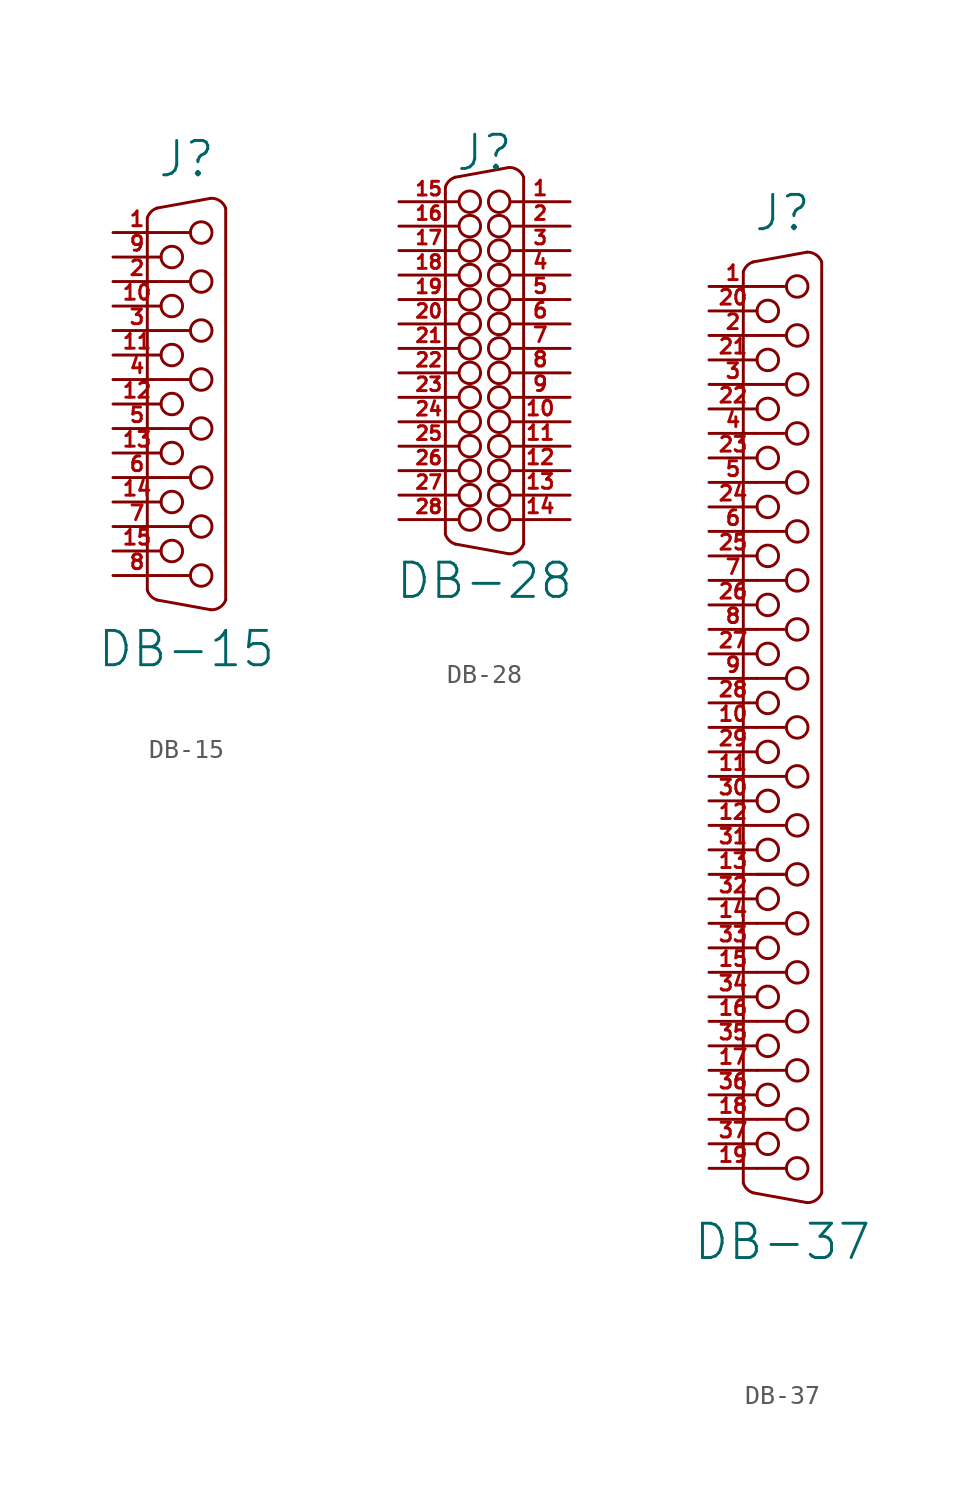
<source format=kicad_sym>
(kicad_symbol_lib
  (version 20201005)
  (generator kicad_symbol_editor)
  (symbol "DB-15"
    (pin_names
      (offset 1.016) hide)
    (property "Reference" "J"
      (at 0 12.7 0)
      (effects (font (size 1.778 1.778))))
    (property "Value" "DB-15"
      (at 0 -12.7 0)
      (effects (font (size 1.778 1.778))))
    (property "Footprint" ""
      (at 0 0 0)
      (effects (font (size 1.524 1.524))))
    (property "Datasheet" ""
      (at 0 0 0)
      (effects (font (size 1.524 1.524))))
    (symbol "DB-15_0_1"
      (arc (start -2.032 -9.652) (end -1.524 -10.16) (radius (at -1.27 -9.398) (length 0.7874) (angles -161.5 -108.4)) (stroke (width 0)) (fill (type none)))
      (arc (start -2.032 9.652) (end -1.524 10.16) (radius (at -1.27 9.398) (length 0.7874) (angles 161.5 108.4)) (stroke (width 0)) (fill (type none)))
      (arc (start 1.27 -10.668) (end 2.032 -10.16) (radius (at 1.2954 -9.8806) (length 0.7874) (angles -91.8 -20.7)) (stroke (width 0)) (fill (type none)))
      (arc (start 2.032 10.16) (end 1.27 10.668) (radius (at 1.2954 9.8806) (length 0.7874) (angles 20.7 91.8)) (stroke (width 0)) (fill (type none)))
      (circle (center -0.762 -7.62) (radius 0.559) (stroke (width 0)) (fill (type none)))
      (circle (center -0.762 -5.08) (radius 0.559) (stroke (width 0)) (fill (type none)))
      (circle (center -0.762 -2.54) (radius 0.559) (stroke (width 0)) (fill (type none)))
      (circle (center -0.762 0) (radius 0.559) (stroke (width 0)) (fill (type none)))
      (circle (center -0.762 2.54) (radius 0.559) (stroke (width 0)) (fill (type none)))
      (circle (center -0.762 5.08) (radius 0.559) (stroke (width 0)) (fill (type none)))
      (circle (center -0.762 7.62) (radius 0.559) (stroke (width 0)) (fill (type none)))
      (circle (center 0.762 -8.89) (radius 0.559) (stroke (width 0)) (fill (type none)))
      (circle (center 0.762 -6.35) (radius 0.559) (stroke (width 0)) (fill (type none)))
      (circle (center 0.762 -3.81) (radius 0.559) (stroke (width 0)) (fill (type none)))
      (circle (center 0.762 -1.27) (radius 0.559) (stroke (width 0)) (fill (type none)))
      (circle (center 0.762 1.27) (radius 0.559) (stroke (width 0)) (fill (type none)))
      (circle (center 0.762 3.81) (radius 0.559) (stroke (width 0)) (fill (type none)))
      (circle (center 0.762 6.35) (radius 0.559) (stroke (width 0)) (fill (type none)))
      (circle (center 0.762 8.89) (radius 0.559) (stroke (width 0)) (fill (type none)))
      (polyline (pts (xy -1.321 -8.89) (xy 0.203 -8.89)) (stroke (width 0)) (fill (type none)))
      (polyline (pts (xy -1.321 -6.35) (xy 0.203 -6.35)) (stroke (width 0)) (fill (type none)))
      (polyline (pts (xy -1.321 -3.81) (xy 0.203 -3.81)) (stroke (width 0)) (fill (type none)))
      (polyline (pts (xy -1.321 -1.27) (xy 0.203 -1.27)) (stroke (width 0)) (fill (type none)))
      (polyline (pts (xy -1.321 1.27) (xy 0.203 1.27)) (stroke (width 0)) (fill (type none)))
      (polyline (pts (xy -1.321 3.81) (xy 0.203 3.81)) (stroke (width 0)) (fill (type none)))
      (polyline (pts (xy -1.321 6.35) (xy 0.203 6.35)) (stroke (width 0)) (fill (type none)))
      (polyline (pts (xy -1.321 8.89) (xy 0.203 8.89)) (stroke (width 0)) (fill (type none)))
      (polyline (pts (xy -2.032 9.652) (xy -2.032 -9.652) (xy -2.032 -9.652)) (stroke (width 0)) (fill (type none)))
      (polyline (pts (xy -1.524 -10.16) (xy 1.27 -10.668) (xy 1.27 -10.668)) (stroke (width 0)) (fill (type none)))
      (polyline (pts (xy -1.524 10.16) (xy 1.27 10.668) (xy 1.27 10.668)) (stroke (width 0)) (fill (type none)))
      (polyline (pts (xy 2.032 -10.16) (xy 2.032 10.16) (xy 2.032 10.16)) (stroke (width 0)) (fill (type none))))
    (symbol "DB-15_1_1"
      (pin passive line (at -3.81 8.89 0) (length 2.489) (name "~" (effects (font (size 0.762 0.762)))) (number "1" (effects (font (size 0.762 0.762)))))
      (pin passive line (at -3.81 5.08 0) (length 2.489) (name "~" (effects (font (size 0.762 0.762)))) (number "10" (effects (font (size 0.762 0.762)))))
      (pin passive line (at -3.81 2.54 0) (length 2.489) (name "~" (effects (font (size 0.762 0.762)))) (number "11" (effects (font (size 0.762 0.762)))))
      (pin passive line (at -3.81 0 0) (length 2.489) (name "~" (effects (font (size 0.762 0.762)))) (number "12" (effects (font (size 0.762 0.762)))))
      (pin passive line (at -3.81 -2.54 0) (length 2.489) (name "~" (effects (font (size 0.762 0.762)))) (number "13" (effects (font (size 0.762 0.762)))))
      (pin passive line (at -3.81 -5.08 0) (length 2.489) (name "~" (effects (font (size 0.762 0.762)))) (number "14" (effects (font (size 0.762 0.762)))))
      (pin passive line (at -3.81 -7.62 0) (length 2.489) (name "~" (effects (font (size 0.762 0.762)))) (number "15" (effects (font (size 0.762 0.762)))))
      (pin passive line (at -3.81 6.35 0) (length 2.489) (name "~" (effects (font (size 0.762 0.762)))) (number "2" (effects (font (size 0.762 0.762)))))
      (pin passive line (at -3.81 3.81 0) (length 2.489) (name "~" (effects (font (size 0.762 0.762)))) (number "3" (effects (font (size 0.762 0.762)))))
      (pin passive line (at -3.81 1.27 0) (length 2.489) (name "~" (effects (font (size 0.762 0.762)))) (number "4" (effects (font (size 0.762 0.762)))))
      (pin passive line (at -3.81 -1.27 0) (length 2.489) (name "~" (effects (font (size 0.762 0.762)))) (number "5" (effects (font (size 0.762 0.762)))))
      (pin passive line (at -3.81 -3.81 0) (length 2.489) (name "~" (effects (font (size 0.762 0.762)))) (number "6" (effects (font (size 0.762 0.762)))))
      (pin passive line (at -3.81 -6.35 0) (length 2.489) (name "~" (effects (font (size 0.762 0.762)))) (number "7" (effects (font (size 0.762 0.762)))))
      (pin passive line (at -3.81 -8.89 0) (length 2.489) (name "~" (effects (font (size 0.762 0.762)))) (number "8" (effects (font (size 0.762 0.762)))))
      (pin passive line (at -3.81 7.62 0) (length 2.489) (name "~" (effects (font (size 0.762 0.762)))) (number "9" (effects (font (size 0.762 0.762)))))))
  (symbol "DB-28"
    (pin_names
      (offset 1.016) hide)
    (property "Reference" "J"
      (at 0 10.795 0)
      (effects (font (size 1.778 1.778))))
    (property "Value" "DB-28"
      (at 0 -11.43 0)
      (effects (font (size 1.778 1.778))))
    (property "Footprint" ""
      (at 0 0 0)
      (effects (font (size 1.524 1.524))))
    (property "Datasheet" ""
      (at 0 0 0)
      (effects (font (size 1.524 1.524))))
    (symbol "DB-28_0_1"
      (arc (start -2.032 -9.017) (end -1.524 -9.525) (radius (at -1.27 -8.763) (length 0.7874) (angles -161.5 -108.4)) (stroke (width 0)) (fill (type none)))
      (arc (start -2.032 9.017) (end -1.524 9.525) (radius (at -1.27 8.763) (length 0.7874) (angles 161.5 108.4)) (stroke (width 0)) (fill (type none)))
      (arc (start 1.27 -10.033) (end 2.032 -9.525) (radius (at 1.2954 -9.2456) (length 0.7874) (angles -91.8 -20.7)) (stroke (width 0)) (fill (type none)))
      (arc (start 2.032 9.525) (end 1.27 10.033) (radius (at 1.2954 9.2456) (length 0.7874) (angles 20.7 91.8)) (stroke (width 0)) (fill (type none)))
      (circle (center -0.762 -8.255) (radius 0.559) (stroke (width 0)) (fill (type none)))
      (circle (center -0.762 -6.985) (radius 0.559) (stroke (width 0)) (fill (type none)))
      (circle (center -0.762 -5.715) (radius 0.559) (stroke (width 0)) (fill (type none)))
      (circle (center -0.762 -4.445) (radius 0.559) (stroke (width 0)) (fill (type none)))
      (circle (center -0.762 -3.175) (radius 0.559) (stroke (width 0)) (fill (type none)))
      (circle (center -0.762 -1.905) (radius 0.559) (stroke (width 0)) (fill (type none)))
      (circle (center -0.762 -0.635) (radius 0.559) (stroke (width 0)) (fill (type none)))
      (circle (center -0.762 0.635) (radius 0.559) (stroke (width 0)) (fill (type none)))
      (circle (center -0.762 1.905) (radius 0.559) (stroke (width 0)) (fill (type none)))
      (circle (center -0.762 3.175) (radius 0.559) (stroke (width 0)) (fill (type none)))
      (circle (center -0.762 4.445) (radius 0.559) (stroke (width 0)) (fill (type none)))
      (circle (center -0.762 5.715) (radius 0.559) (stroke (width 0)) (fill (type none)))
      (circle (center -0.762 6.985) (radius 0.559) (stroke (width 0)) (fill (type none)))
      (circle (center -0.762 8.255) (radius 0.559) (stroke (width 0)) (fill (type none)))
      (circle (center 0.762 -8.255) (radius 0.559) (stroke (width 0)) (fill (type none)))
      (circle (center 0.762 -6.985) (radius 0.559) (stroke (width 0)) (fill (type none)))
      (circle (center 0.762 -5.715) (radius 0.559) (stroke (width 0)) (fill (type none)))
      (circle (center 0.762 -4.445) (radius 0.559) (stroke (width 0)) (fill (type none)))
      (circle (center 0.762 -3.175) (radius 0.559) (stroke (width 0)) (fill (type none)))
      (circle (center 0.762 -1.905) (radius 0.559) (stroke (width 0)) (fill (type none)))
      (circle (center 0.762 -0.635) (radius 0.559) (stroke (width 0)) (fill (type none)))
      (circle (center 0.762 0.635) (radius 0.559) (stroke (width 0)) (fill (type none)))
      (circle (center 0.762 1.905) (radius 0.559) (stroke (width 0)) (fill (type none)))
      (circle (center 0.762 3.175) (radius 0.559) (stroke (width 0)) (fill (type none)))
      (circle (center 0.762 4.445) (radius 0.559) (stroke (width 0)) (fill (type none)))
      (circle (center 0.762 5.715) (radius 0.559) (stroke (width 0)) (fill (type none)))
      (circle (center 0.762 6.985) (radius 0.559) (stroke (width 0)) (fill (type none)))
      (circle (center 0.762 8.255) (radius 0.559) (stroke (width 0)) (fill (type none)))
      (polyline (pts (xy -2.032 9.017) (xy -2.032 -8.992)) (stroke (width 0)) (fill (type none)))
      (polyline (pts (xy 2.032 -9.525) (xy 2.032 9.525)) (stroke (width 0)) (fill (type none)))
      (polyline (pts (xy -1.524 -9.525) (xy 1.27 -10.033) (xy 1.27 -10.033)) (stroke (width 0)) (fill (type none)))
      (polyline (pts (xy -1.524 9.525) (xy 1.27 10.033) (xy 1.27 10.033)) (stroke (width 0)) (fill (type none))))
    (symbol "DB-28_1_1"
      (pin passive line (at 4.445 8.255 180) (length 3.099) (name "~" (effects (font (size 0.762 0.762)))) (number "1" (effects (font (size 0.762 0.762)))))
      (pin passive line (at 4.445 -3.175 180) (length 3.099) (name "~" (effects (font (size 0.762 0.762)))) (number "10" (effects (font (size 0.762 0.762)))))
      (pin passive line (at 4.445 -4.445 180) (length 3.099) (name "~" (effects (font (size 0.762 0.762)))) (number "11" (effects (font (size 0.762 0.762)))))
      (pin passive line (at 4.445 -5.715 180) (length 3.099) (name "~" (effects (font (size 0.762 0.762)))) (number "12" (effects (font (size 0.762 0.762)))))
      (pin passive line (at 4.445 -6.985 180) (length 3.099) (name "~" (effects (font (size 0.762 0.762)))) (number "13" (effects (font (size 0.762 0.762)))))
      (pin passive line (at 4.445 -8.255 180) (length 3.099) (name "~" (effects (font (size 0.762 0.762)))) (number "14" (effects (font (size 0.762 0.762)))))
      (pin passive line (at -4.445 8.255 0) (length 3.099) (name "~" (effects (font (size 0.711 0.711)))) (number "15" (effects (font (size 0.711 0.711)))))
      (pin passive line (at -4.445 6.985 0) (length 3.099) (name "~" (effects (font (size 0.711 0.711)))) (number "16" (effects (font (size 0.711 0.711)))))
      (pin passive line (at -4.445 5.715 0) (length 3.099) (name "~" (effects (font (size 0.711 0.711)))) (number "17" (effects (font (size 0.711 0.711)))))
      (pin passive line (at -4.445 4.445 0) (length 3.099) (name "~" (effects (font (size 0.711 0.711)))) (number "18" (effects (font (size 0.711 0.711)))))
      (pin passive line (at -4.445 3.175 0) (length 3.099) (name "~" (effects (font (size 0.711 0.711)))) (number "19" (effects (font (size 0.711 0.711)))))
      (pin passive line (at 4.445 6.985 180) (length 3.099) (name "~" (effects (font (size 0.711 0.711)))) (number "2" (effects (font (size 0.711 0.711)))))
      (pin passive line (at -4.445 1.905 0) (length 3.099) (name "~" (effects (font (size 0.711 0.711)))) (number "20" (effects (font (size 0.711 0.711)))))
      (pin passive line (at -4.445 0.635 0) (length 3.099) (name "~" (effects (font (size 0.711 0.711)))) (number "21" (effects (font (size 0.711 0.711)))))
      (pin passive line (at -4.445 -0.635 0) (length 3.099) (name "~" (effects (font (size 0.711 0.711)))) (number "22" (effects (font (size 0.711 0.711)))))
      (pin passive line (at -4.445 -1.905 0) (length 3.099) (name "~" (effects (font (size 0.711 0.711)))) (number "23" (effects (font (size 0.711 0.711)))))
      (pin passive line (at -4.445 -3.175 0) (length 3.099) (name "~" (effects (font (size 0.711 0.711)))) (number "24" (effects (font (size 0.711 0.711)))))
      (pin passive line (at -4.445 -4.445 0) (length 3.099) (name "~" (effects (font (size 0.711 0.711)))) (number "25" (effects (font (size 0.711 0.711)))))
      (pin passive line (at -4.445 -5.715 0) (length 3.099) (name "~" (effects (font (size 0.711 0.711)))) (number "26" (effects (font (size 0.711 0.711)))))
      (pin passive line (at -4.445 -6.985 0) (length 3.099) (name "~" (effects (font (size 0.711 0.711)))) (number "27" (effects (font (size 0.711 0.711)))))
      (pin passive line (at -4.445 -8.255 0) (length 3.099) (name "~" (effects (font (size 0.711 0.711)))) (number "28" (effects (font (size 0.711 0.711)))))
      (pin passive line (at 4.445 5.715 180) (length 3.099) (name "~" (effects (font (size 0.711 0.711)))) (number "3" (effects (font (size 0.711 0.711)))))
      (pin passive line (at 4.445 4.445 180) (length 3.099) (name "~" (effects (font (size 0.762 0.762)))) (number "4" (effects (font (size 0.762 0.762)))))
      (pin passive line (at 4.445 3.175 180) (length 3.099) (name "~" (effects (font (size 0.762 0.762)))) (number "5" (effects (font (size 0.762 0.762)))))
      (pin passive line (at 4.445 1.905 180) (length 3.099) (name "~" (effects (font (size 0.762 0.762)))) (number "6" (effects (font (size 0.762 0.762)))))
      (pin passive line (at 4.445 0.635 180) (length 3.099) (name "~" (effects (font (size 0.762 0.762)))) (number "7" (effects (font (size 0.762 0.762)))))
      (pin passive line (at 4.445 -0.635 180) (length 3.099) (name "~" (effects (font (size 0.762 0.762)))) (number "8" (effects (font (size 0.762 0.762)))))
      (pin passive line (at 4.445 -1.905 180) (length 3.099) (name "~" (effects (font (size 0.762 0.762)))) (number "9" (effects (font (size 0.762 0.762)))))))
  (symbol "DB-37"
    (pin_names
      (offset 1.016) hide)
    (property "Reference" "J"
      (at 0 26.67 0)
      (effects (font (size 1.778 1.778))))
    (property "Value" "DB-37"
      (at 0 -26.67 0)
      (effects (font (size 1.778 1.778))))
    (property "Footprint" ""
      (at 0 7.62 0)
      (effects (font (size 1.524 1.524))))
    (property "Datasheet" ""
      (at 0 7.62 0)
      (effects (font (size 1.524 1.524))))
    (symbol "DB-37_0_1"
      (arc (start -2.032 -23.622) (end -1.524 -24.13) (radius (at -1.27 -23.368) (length 0.7874) (angles -161.5 -108.4)) (stroke (width 0)) (fill (type none)))
      (arc (start -2.032 23.622) (end -1.524 24.13) (radius (at -1.27 23.368) (length 0.7874) (angles 161.5 108.4)) (stroke (width 0)) (fill (type none)))
      (arc (start 1.27 -24.638) (end 2.032 -24.13) (radius (at 1.2954 -23.8506) (length 0.7874) (angles -91.8 -20.7)) (stroke (width 0)) (fill (type none)))
      (arc (start 2.032 24.13) (end 1.27 24.638) (radius (at 1.2954 23.8506) (length 0.7874) (angles 20.7 91.8)) (stroke (width 0)) (fill (type none)))
      (circle (center -0.762 -21.59) (radius 0.559) (stroke (width 0)) (fill (type none)))
      (circle (center -0.762 -19.05) (radius 0.559) (stroke (width 0)) (fill (type none)))
      (circle (center -0.762 -16.51) (radius 0.559) (stroke (width 0)) (fill (type none)))
      (circle (center -0.762 -13.97) (radius 0.559) (stroke (width 0)) (fill (type none)))
      (circle (center -0.762 -11.43) (radius 0.559) (stroke (width 0)) (fill (type none)))
      (circle (center -0.762 -8.89) (radius 0.559) (stroke (width 0)) (fill (type none)))
      (circle (center -0.762 -6.35) (radius 0.559) (stroke (width 0)) (fill (type none)))
      (circle (center -0.762 -3.81) (radius 0.559) (stroke (width 0)) (fill (type none)))
      (circle (center -0.762 -1.27) (radius 0.559) (stroke (width 0)) (fill (type none)))
      (circle (center -0.762 1.27) (radius 0.559) (stroke (width 0)) (fill (type none)))
      (circle (center -0.762 3.81) (radius 0.559) (stroke (width 0)) (fill (type none)))
      (circle (center -0.762 6.35) (radius 0.559) (stroke (width 0)) (fill (type none)))
      (circle (center -0.762 8.89) (radius 0.559) (stroke (width 0)) (fill (type none)))
      (circle (center -0.762 11.43) (radius 0.559) (stroke (width 0)) (fill (type none)))
      (circle (center -0.762 13.97) (radius 0.559) (stroke (width 0)) (fill (type none)))
      (circle (center -0.762 16.51) (radius 0.559) (stroke (width 0)) (fill (type none)))
      (circle (center -0.762 19.05) (radius 0.559) (stroke (width 0)) (fill (type none)))
      (circle (center -0.762 21.59) (radius 0.559) (stroke (width 0)) (fill (type none)))
      (circle (center 0.762 -22.86) (radius 0.559) (stroke (width 0)) (fill (type none)))
      (circle (center 0.762 -20.32) (radius 0.559) (stroke (width 0)) (fill (type none)))
      (circle (center 0.762 -17.78) (radius 0.559) (stroke (width 0)) (fill (type none)))
      (circle (center 0.762 -15.24) (radius 0.559) (stroke (width 0)) (fill (type none)))
      (circle (center 0.762 -12.7) (radius 0.559) (stroke (width 0)) (fill (type none)))
      (circle (center 0.762 -10.16) (radius 0.559) (stroke (width 0)) (fill (type none)))
      (circle (center 0.762 -7.62) (radius 0.559) (stroke (width 0)) (fill (type none)))
      (circle (center 0.762 -5.08) (radius 0.559) (stroke (width 0)) (fill (type none)))
      (circle (center 0.762 -2.54) (radius 0.559) (stroke (width 0)) (fill (type none)))
      (circle (center 0.762 0) (radius 0.559) (stroke (width 0)) (fill (type none)))
      (circle (center 0.762 2.54) (radius 0.559) (stroke (width 0)) (fill (type none)))
      (circle (center 0.762 5.08) (radius 0.559) (stroke (width 0)) (fill (type none)))
      (circle (center 0.762 7.62) (radius 0.559) (stroke (width 0)) (fill (type none)))
      (circle (center 0.762 10.16) (radius 0.559) (stroke (width 0)) (fill (type none)))
      (circle (center 0.762 12.7) (radius 0.559) (stroke (width 0)) (fill (type none)))
      (circle (center 0.762 15.24) (radius 0.559) (stroke (width 0)) (fill (type none)))
      (circle (center 0.762 17.78) (radius 0.559) (stroke (width 0)) (fill (type none)))
      (circle (center 0.762 20.32) (radius 0.559) (stroke (width 0)) (fill (type none)))
      (circle (center 0.762 22.86) (radius 0.559) (stroke (width 0)) (fill (type none)))
      (polyline (pts (xy -2.032 23.622) (xy -2.032 -23.622)) (stroke (width 0)) (fill (type none)))
      (polyline (pts (xy -1.321 -22.86) (xy 0.203 -22.86)) (stroke (width 0)) (fill (type none)))
      (polyline (pts (xy -1.321 -20.32) (xy 0.203 -20.32)) (stroke (width 0)) (fill (type none)))
      (polyline (pts (xy -1.321 -17.78) (xy 0.203 -17.78)) (stroke (width 0)) (fill (type none)))
      (polyline (pts (xy -1.321 -15.24) (xy 0.203 -15.24)) (stroke (width 0)) (fill (type none)))
      (polyline (pts (xy -1.321 -12.7) (xy 0.203 -12.7)) (stroke (width 0)) (fill (type none)))
      (polyline (pts (xy -1.321 -10.16) (xy 0.203 -10.16)) (stroke (width 0)) (fill (type none)))
      (polyline (pts (xy -1.321 -7.62) (xy 0.203 -7.62)) (stroke (width 0)) (fill (type none)))
      (polyline (pts (xy -1.321 -7.62) (xy 0.203 -7.62)) (stroke (width 0)) (fill (type none)))
      (polyline (pts (xy -1.321 -5.08) (xy 0.203 -5.08)) (stroke (width 0)) (fill (type none)))
      (polyline (pts (xy -1.321 -2.54) (xy 0.203 -2.54)) (stroke (width 0)) (fill (type none)))
      (polyline (pts (xy -1.321 0) (xy 0.203 0)) (stroke (width 0)) (fill (type none)))
      (polyline (pts (xy -1.321 2.54) (xy 0.203 2.54)) (stroke (width 0)) (fill (type none)))
      (polyline (pts (xy -1.321 5.08) (xy 0.203 5.08)) (stroke (width 0)) (fill (type none)))
      (polyline (pts (xy -1.321 7.62) (xy 0.203 7.62)) (stroke (width 0)) (fill (type none)))
      (polyline (pts (xy -1.321 10.16) (xy 0.203 10.16)) (stroke (width 0)) (fill (type none)))
      (polyline (pts (xy -1.321 12.7) (xy 0.203 12.7)) (stroke (width 0)) (fill (type none)))
      (polyline (pts (xy -1.321 15.24) (xy 0.203 15.24)) (stroke (width 0)) (fill (type none)))
      (polyline (pts (xy -1.321 17.78) (xy 0.203 17.78)) (stroke (width 0)) (fill (type none)))
      (polyline (pts (xy -1.321 20.32) (xy 0.203 20.32)) (stroke (width 0)) (fill (type none)))
      (polyline (pts (xy -1.321 22.86) (xy 0.203 22.86)) (stroke (width 0)) (fill (type none)))
      (polyline (pts (xy 2.032 24.13) (xy 2.032 -24.13)) (stroke (width 0)) (fill (type none)))
      (polyline (pts (xy -1.524 -24.13) (xy 1.27 -24.638) (xy 1.27 -24.638)) (stroke (width 0)) (fill (type none)))
      (polyline (pts (xy -1.524 24.13) (xy 1.27 24.638) (xy 1.27 24.638)) (stroke (width 0)) (fill (type none))))
    (symbol "DB-37_1_1"
      (pin passive line (at -3.81 22.86 0) (length 2.489) (name "~" (effects (font (size 0.762 0.762)))) (number "1" (effects (font (size 0.762 0.762)))))
      (pin passive line (at -3.81 0 0) (length 2.489) (name "~" (effects (font (size 0.762 0.762)))) (number "10" (effects (font (size 0.762 0.762)))))
      (pin passive line (at -3.81 -2.54 0) (length 2.489) (name "~" (effects (font (size 0.762 0.762)))) (number "11" (effects (font (size 0.762 0.762)))))
      (pin passive line (at -3.81 -5.08 0) (length 2.489) (name "~" (effects (font (size 0.762 0.762)))) (number "12" (effects (font (size 0.762 0.762)))))
      (pin passive line (at -3.81 -7.62 0) (length 2.489) (name "~" (effects (font (size 0.762 0.762)))) (number "13" (effects (font (size 0.762 0.762)))))
      (pin passive line (at -3.81 -10.16 0) (length 2.489) (name "~" (effects (font (size 0.762 0.762)))) (number "14" (effects (font (size 0.762 0.762)))))
      (pin passive line (at -3.81 -12.7 0) (length 2.489) (name "~" (effects (font (size 0.762 0.762)))) (number "15" (effects (font (size 0.762 0.762)))))
      (pin passive line (at -3.81 -15.24 0) (length 2.489) (name "~" (effects (font (size 0.762 0.762)))) (number "16" (effects (font (size 0.762 0.762)))))
      (pin passive line (at -3.81 -17.78 0) (length 2.489) (name "~" (effects (font (size 0.762 0.762)))) (number "17" (effects (font (size 0.762 0.762)))))
      (pin passive line (at -3.81 -20.32 0) (length 2.489) (name "~" (effects (font (size 0.762 0.762)))) (number "18" (effects (font (size 0.762 0.762)))))
      (pin passive line (at -3.81 -22.86 0) (length 2.489) (name "~" (effects (font (size 0.762 0.762)))) (number "19" (effects (font (size 0.762 0.762)))))
      (pin passive line (at -3.81 20.32 0) (length 2.489) (name "~" (effects (font (size 0.762 0.762)))) (number "2" (effects (font (size 0.762 0.762)))))
      (pin passive line (at -3.81 21.59 0) (length 2.489) (name "~" (effects (font (size 0.762 0.762)))) (number "20" (effects (font (size 0.762 0.762)))))
      (pin passive line (at -3.81 19.05 0) (length 2.489) (name "~" (effects (font (size 0.762 0.762)))) (number "21" (effects (font (size 0.762 0.762)))))
      (pin passive line (at -3.81 16.51 0) (length 2.489) (name "~" (effects (font (size 0.762 0.762)))) (number "22" (effects (font (size 0.762 0.762)))))
      (pin passive line (at -3.81 13.97 0) (length 2.489) (name "~" (effects (font (size 0.762 0.762)))) (number "23" (effects (font (size 0.762 0.762)))))
      (pin passive line (at -3.81 11.43 0) (length 2.489) (name "~" (effects (font (size 0.762 0.762)))) (number "24" (effects (font (size 0.762 0.762)))))
      (pin passive line (at -3.81 8.89 0) (length 2.489) (name "~" (effects (font (size 0.762 0.762)))) (number "25" (effects (font (size 0.762 0.762)))))
      (pin passive line (at -3.81 6.35 0) (length 2.489) (name "~" (effects (font (size 0.762 0.762)))) (number "26" (effects (font (size 0.762 0.762)))))
      (pin passive line (at -3.81 3.81 0) (length 2.489) (name "~" (effects (font (size 0.762 0.762)))) (number "27" (effects (font (size 0.762 0.762)))))
      (pin passive line (at -3.81 1.27 0) (length 2.489) (name "~" (effects (font (size 0.762 0.762)))) (number "28" (effects (font (size 0.762 0.762)))))
      (pin passive line (at -3.81 -1.27 0) (length 2.489) (name "~" (effects (font (size 0.762 0.762)))) (number "29" (effects (font (size 0.762 0.762)))))
      (pin passive line (at -3.81 17.78 0) (length 2.489) (name "~" (effects (font (size 0.762 0.762)))) (number "3" (effects (font (size 0.762 0.762)))))
      (pin passive line (at -3.81 -3.81 0) (length 2.489) (name "~" (effects (font (size 0.762 0.762)))) (number "30" (effects (font (size 0.762 0.762)))))
      (pin passive line (at -3.81 -6.35 0) (length 2.489) (name "~" (effects (font (size 0.762 0.762)))) (number "31" (effects (font (size 0.762 0.762)))))
      (pin passive line (at -3.81 -8.89 0) (length 2.489) (name "~" (effects (font (size 0.762 0.762)))) (number "32" (effects (font (size 0.762 0.762)))))
      (pin passive line (at -3.81 -11.43 0) (length 2.489) (name "~" (effects (font (size 0.762 0.762)))) (number "33" (effects (font (size 0.762 0.762)))))
      (pin passive line (at -3.81 -13.97 0) (length 2.489) (name "~" (effects (font (size 0.762 0.762)))) (number "34" (effects (font (size 0.762 0.762)))))
      (pin passive line (at -3.81 -16.51 0) (length 2.489) (name "~" (effects (font (size 0.762 0.762)))) (number "35" (effects (font (size 0.762 0.762)))))
      (pin passive line (at -3.81 -19.05 0) (length 2.489) (name "~" (effects (font (size 0.762 0.762)))) (number "36" (effects (font (size 0.762 0.762)))))
      (pin passive line (at -3.81 -21.59 0) (length 2.489) (name "~" (effects (font (size 0.762 0.762)))) (number "37" (effects (font (size 0.762 0.762)))))
      (pin passive line (at -3.81 15.24 0) (length 2.489) (name "~" (effects (font (size 0.762 0.762)))) (number "4" (effects (font (size 0.762 0.762)))))
      (pin passive line (at -3.81 12.7 0) (length 2.489) (name "~" (effects (font (size 0.762 0.762)))) (number "5" (effects (font (size 0.762 0.762)))))
      (pin passive line (at -3.81 10.16 0) (length 2.489) (name "~" (effects (font (size 0.762 0.762)))) (number "6" (effects (font (size 0.762 0.762)))))
      (pin passive line (at -3.81 7.62 0) (length 2.489) (name "~" (effects (font (size 0.762 0.762)))) (number "7" (effects (font (size 0.762 0.762)))))
      (pin passive line (at -3.81 5.08 0) (length 2.489) (name "~" (effects (font (size 0.762 0.762)))) (number "8" (effects (font (size 0.762 0.762)))))
      (pin passive line (at -3.81 2.54 0) (length 2.489) (name "~" (effects (font (size 0.762 0.762)))) (number "9" (effects (font (size 0.762 0.762))))))))
</source>
